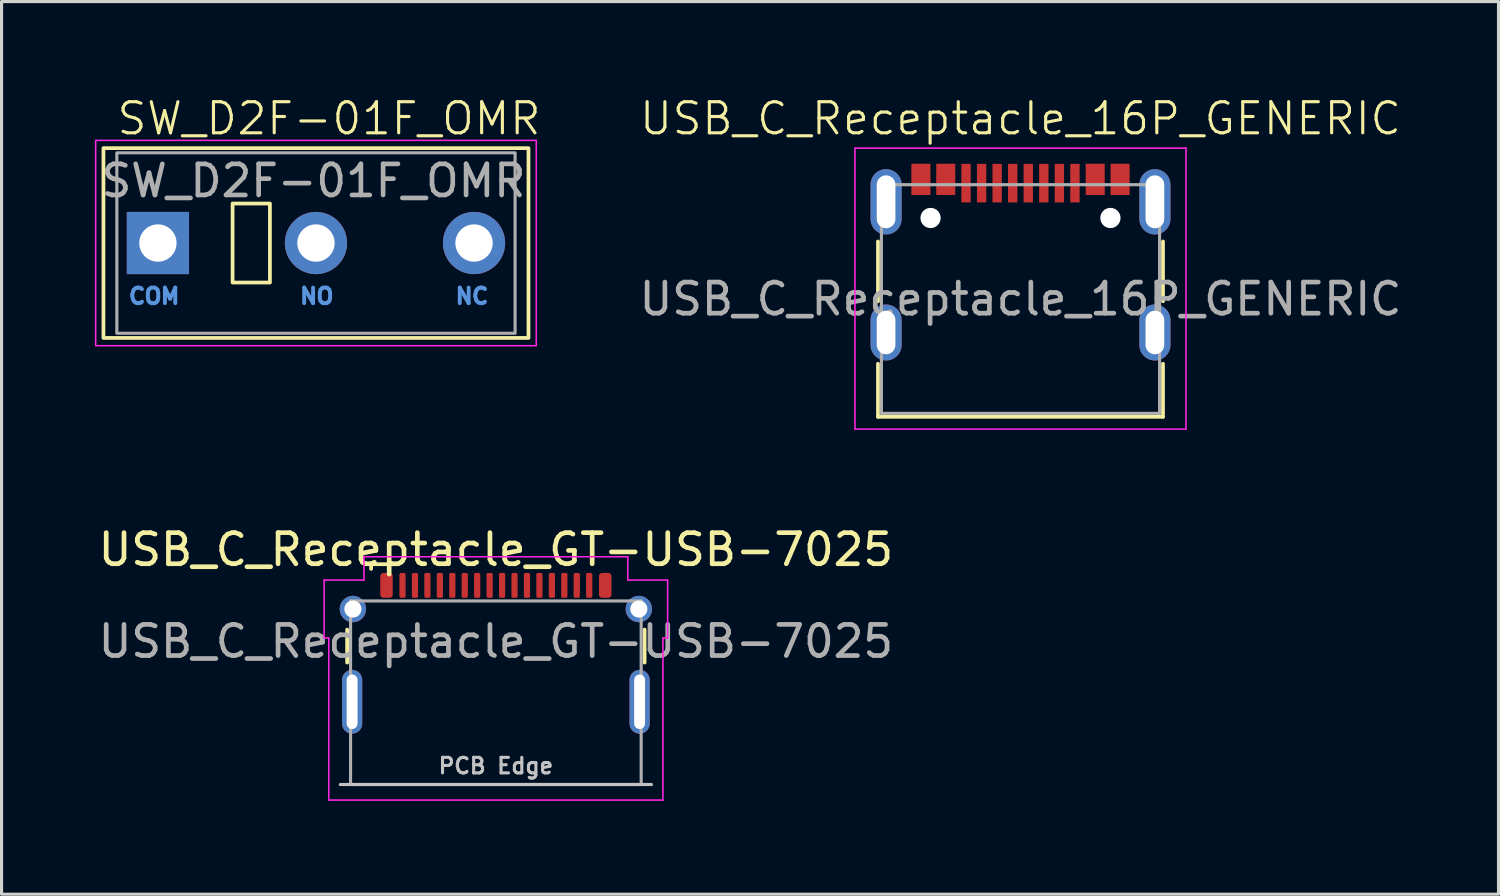
<source format=kicad_pcb>
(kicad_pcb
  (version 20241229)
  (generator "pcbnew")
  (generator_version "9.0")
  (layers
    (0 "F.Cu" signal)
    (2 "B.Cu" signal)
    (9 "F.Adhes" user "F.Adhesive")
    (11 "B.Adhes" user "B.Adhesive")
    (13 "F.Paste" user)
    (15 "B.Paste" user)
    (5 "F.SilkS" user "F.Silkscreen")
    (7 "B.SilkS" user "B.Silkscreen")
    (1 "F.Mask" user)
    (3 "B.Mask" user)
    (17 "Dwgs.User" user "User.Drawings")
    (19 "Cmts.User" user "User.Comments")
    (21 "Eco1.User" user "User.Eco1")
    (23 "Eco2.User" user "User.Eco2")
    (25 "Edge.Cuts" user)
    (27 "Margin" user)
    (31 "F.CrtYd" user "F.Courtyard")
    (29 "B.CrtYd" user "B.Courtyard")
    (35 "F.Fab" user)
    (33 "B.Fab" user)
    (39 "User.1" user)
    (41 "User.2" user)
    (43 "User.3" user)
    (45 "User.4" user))
  (footprint "SW_D2F-01F_OMR"
    (layer "F.Cu")
    (at 2.025 4.761)
    (property "Reference" "SW_D2F-01F_OMR" (at 5.5 -4 0) (unlocked yes) (layer "F.SilkS") (effects (font (size 1 1) (thickness 0.1))))
    (attr through_hole)
    (fp_rect (start -1.75 -3.05) (end 11.91 3.05) (stroke (width 0.12) (type default)) (fill no) (layer "F.SilkS"))
    (fp_rect (start 2.4 -1.27) (end 3.6 1.27) (stroke (width 0.12) (type solid)) (fill no) (layer "F.SilkS"))
    (fp_rect (start -2 -3.3) (end 12.16 3.3) (stroke (width 0.05) (type default)) (fill no) (layer "F.CrtYd"))
    (fp_rect (start -1.32 -2.9) (end 11.48 2.9) (stroke (width 0.1) (type default)) (fill no) (layer "F.Fab"))
    (fp_text user "COM" (at -1 2 0) (unlocked yes) (layer "Cmts.User") (effects (font (size 0.5 0.5) (thickness 0.125)) (justify left bottom)))
    (fp_text user "NC" (at 9.5 2 0) (unlocked yes) (layer "Cmts.User") (effects (font (size 0.5 0.5) (thickness 0.125)) (justify left bottom)))
    (fp_text user "NO" (at 4.5 2 0) (unlocked yes) (layer "Cmts.User") (effects (font (size 0.5 0.5) (thickness 0.125)) (justify left bottom)))
    (fp_text user "${REFERENCE}" (at 5 -2 0) (unlocked yes) (layer "F.Fab") (effects (font (size 1 1) (thickness 0.15))))
    (pad "1" thru_hole rect (at 0 0) (size 2 2) (drill 1.2) (layers "*.Cu" "*.Mask"))
    (pad "2" thru_hole circle (at 5.08 0) (size 2 2) (drill 1.2) (layers "*.Cu" "*.Mask"))
    (pad "3" thru_hole circle (at 10.16 0) (size 2 2) (drill 1.2) (layers "*.Cu" "*.Mask")))
  (footprint "USB_C_Receptacle_16P_GENERIC"
    (layer "F.Cu")
    (at 29.748 6.561)
    (property "Reference" "USB_C_Receptacle_16P_GENERIC" (at 0 -5.8 0) (unlocked yes) (layer "F.SilkS") (effects (font (size 1 1) (thickness 0.1))))
    (attr smd)
    (fp_line (start -4.58 -1.85) (end -4.58 0.07) (stroke (width 0.12) (type solid)) (layer "F.SilkS"))
    (fp_line (start -4.58 3.785) (end -4.58 2.08) (stroke (width 0.12) (type solid)) (layer "F.SilkS"))
    (fp_line (start 4.58 0.07) (end 4.58 -1.85) (stroke (width 0.12) (type solid)) (layer "F.SilkS"))
    (fp_line (start 4.58 2.08) (end 4.58 3.785) (stroke (width 0.12) (type solid)) (layer "F.SilkS"))
    (fp_line (start 4.58 3.785) (end -4.58 3.785) (stroke (width 0.12) (type solid)) (layer "F.SilkS"))
    (fp_line (start -5.32 -4.85) (end 5.32 -4.85) (stroke (width 0.05) (type solid)) (layer "F.CrtYd"))
    (fp_line (start -5.32 4.18) (end -5.32 -4.85) (stroke (width 0.05) (type solid)) (layer "F.CrtYd"))
    (fp_line (start 5.32 -4.85) (end 5.32 4.18) (stroke (width 0.05) (type solid)) (layer "F.CrtYd"))
    (fp_line (start 5.32 4.18) (end -5.32 4.18) (stroke (width 0.05) (type solid)) (layer "F.CrtYd"))
    (fp_line (start -4.47 -3.675) (end -4.47 3.675) (stroke (width 0.1) (type solid)) (layer "F.Fab"))
    (fp_line (start -4.47 -3.675) (end 4.47 -3.675) (stroke (width 0.1) (type solid)) (layer "F.Fab"))
    (fp_line (start -4.47 3.675) (end 4.47 3.675) (stroke (width 0.1) (type solid)) (layer "F.Fab"))
    (fp_line (start 4.47 3.675) (end 4.47 -3.675) (stroke (width 0.1) (type solid)) (layer "F.Fab"))
    (fp_text user "${REFERENCE}" (at 0 0 0) (layer "F.Fab") (effects (font (size 1 1) (thickness 0.15))))
    (pad "" np_thru_hole circle (at -2.89 -2.605) (size 0.65 0.65) (drill 0.65) (layers "*.Cu" "*.Mask"))
    (pad "" np_thru_hole circle (at 2.89 -2.605) (size 0.65 0.65) (drill 0.65) (layers "*.Cu" "*.Mask"))
    (pad "A1" smd rect (at -3.2 -3.845) (size 0.6 1) (layers "F.Cu" "F.Mask" "F.Paste"))
    (pad "A4" smd rect (at -2.4 -3.845) (size 0.6 1) (layers "F.Cu" "F.Mask" "F.Paste"))
    (pad "A5" smd rect (at -1.25 -3.725) (size 0.3 1.24) (layers "F.Cu" "F.Mask" "F.Paste"))
    (pad "A6" smd rect (at -0.25 -3.725) (size 0.3 1.24) (layers "F.Cu" "F.Mask" "F.Paste"))
    (pad "A7" smd rect (at 0.25 -3.725) (size 0.3 1.24) (layers "F.Cu" "F.Mask" "F.Paste"))
    (pad "A8" smd rect (at 1.25 -3.725) (size 0.3 1.24) (layers "F.Cu" "F.Mask" "F.Paste"))
    (pad "A9" smd rect (at 2.4 -3.845) (size 0.6 1) (layers "F.Cu" "F.Mask" "F.Paste"))
    (pad "A12" smd rect (at 3.2 -3.845) (size 0.6 1) (layers "F.Cu" "F.Mask" "F.Paste"))
    (pad "B1" smd rect (at 3.2 -3.845) (size 0.6 1) (layers "F.Cu" "F.Mask" "F.Paste"))
    (pad "B4" smd rect (at 2.4 -3.845) (size 0.6 1) (layers "F.Cu" "F.Mask" "F.Paste"))
    (pad "B5" smd rect (at 1.75 -3.725) (size 0.3 1.24) (layers "F.Cu" "F.Mask" "F.Paste"))
    (pad "B6" smd rect (at 0.75 -3.725) (size 0.3 1.24) (layers "F.Cu" "F.Mask" "F.Paste"))
    (pad "B7" smd rect (at -0.75 -3.725) (size 0.3 1.24) (layers "F.Cu" "F.Mask" "F.Paste"))
    (pad "B8" smd rect (at -1.75 -3.725) (size 0.3 1.24) (layers "F.Cu" "F.Mask" "F.Paste"))
    (pad "B9" smd rect (at -2.4 -3.845) (size 0.6 1) (layers "F.Cu" "F.Mask" "F.Paste"))
    (pad "B12" smd rect (at -3.2 -3.845) (size 0.6 1) (layers "F.Cu" "F.Mask" "F.Paste"))
    (pad "S1" thru_hole oval (at -4.32 -3.125) (size 1 2.1) (drill oval 0.6 1.7) (property pad_prop_heatsink) (layers "*.Cu" "*.Mask"))
    (pad "S1" thru_hole oval (at -4.32 1.075) (size 1 1.8) (drill oval 0.6 1.4) (property pad_prop_heatsink) (layers "*.Cu" "*.Mask"))
    (pad "S1" thru_hole oval (at 4.32 -3.125) (size 1 2.1) (drill oval 0.6 1.7) (property pad_prop_heatsink) (layers "*.Cu" "*.Mask"))
    (pad "S1" thru_hole oval (at 4.32 1.075) (size 1 1.8) (drill oval 0.6 1.4) (property pad_prop_heatsink) (layers "*.Cu" "*.Mask")))
  (footprint "USB_C_Receptacle_GT-USB-7025"
    (layer "F.Cu")
    (at 12.887 19.214)
    (property "Reference" "USB_C_Receptacle_GT-USB-7025" (at 0 -4.6 0) (layer "F.SilkS") (effects (font (size 1 1) (thickness 0.15))))
    (attr smd)
    (fp_line (start -4.78 -2.03) (end -4.78 -0.97) (stroke (width 0.12) (type solid)) (layer "F.SilkS"))
    (fp_line (start -4.01 -4.13) (end -4.01 -3.98) (stroke (width 0.12) (type default)) (layer "F.SilkS"))
    (fp_line (start -3.21 -4.13) (end -4.01 -4.13) (stroke (width 0.12) (type default)) (layer "F.SilkS"))
    (fp_line (start 4.78 -0.97) (end 4.78 -2.03) (stroke (width 0.12) (type solid)) (layer "F.SilkS"))
    (fp_line (start -5 2.95) (end 5 2.95) (stroke (width 0.1) (type default)) (layer "Dwgs.User"))
    (fp_line (start -5.52 -1.76) (end -5.52 -3.62) (stroke (width 0.05) (type solid)) (layer "F.CrtYd"))
    (fp_line (start -5.37 -1.76) (end -5.52 -1.76) (stroke (width 0.05) (type default)) (layer "F.CrtYd"))
    (fp_line (start -5.37 3.45) (end -5.37 -1.76) (stroke (width 0.05) (type default)) (layer "F.CrtYd"))
    (fp_line (start -4.24 -4.37) (end -4.24 -3.62) (stroke (width 0.05) (type default)) (layer "F.CrtYd"))
    (fp_line (start -4.24 -4.37) (end 4.24 -4.37) (stroke (width 0.05) (type solid)) (layer "F.CrtYd"))
    (fp_line (start -4.24 -3.62) (end -5.52 -3.62) (stroke (width 0.05) (type default)) (layer "F.CrtYd"))
    (fp_line (start 4.24 -4.37) (end 4.24 -3.62) (stroke (width 0.05) (type default)) (layer "F.CrtYd"))
    (fp_line (start 4.24 -3.62) (end 5.52 -3.62) (stroke (width 0.05) (type default)) (layer "F.CrtYd"))
    (fp_line (start 5.37 -1.76) (end 5.37 3.45) (stroke (width 0.05) (type default)) (layer "F.CrtYd"))
    (fp_line (start 5.37 3.45) (end -5.37 3.45) (stroke (width 0.05) (type solid)) (layer "F.CrtYd"))
    (fp_line (start 5.52 -3.62) (end 5.52 -1.76) (stroke (width 0.05) (type solid)) (layer "F.CrtYd"))
    (fp_line (start 5.52 -1.76) (end 5.37 -1.76) (stroke (width 0.05) (type default)) (layer "F.CrtYd"))
    (fp_line (start -4.67 -2.95) (end -4.67 2.95) (stroke (width 0.1) (type solid)) (layer "F.Fab"))
    (fp_line (start -4.67 -2.95) (end 4.67 -2.95) (stroke (width 0.1) (type solid)) (layer "F.Fab"))
    (fp_line (start -4.67 2.95) (end 4.67 2.95) (stroke (width 0.1) (type solid)) (layer "F.Fab"))
    (fp_line (start 4.67 2.95) (end 4.67 -2.95) (stroke (width 0.1) (type solid)) (layer "F.Fab"))
    (fp_text user "PCB Edge" (at 0 2.35 0) (unlocked yes) (layer "Dwgs.User") (effects (font (size 0.5 0.5) (thickness 0.1) (bold yes))))
    (fp_text user "${REFERENCE}" (at 0 -1.65 0) (layer "F.Fab") (effects (font (size 1 1) (thickness 0.15))))
    (pad "A1" smd roundrect (at -3 -3.45) (size 0.2 0.8) (layers "F.Cu" "F.Mask" "F.Paste") (roundrect_rratio 0.25))
    (pad "A4" smd roundrect (at -2.2 -3.45) (size 0.2 0.8) (layers "F.Cu" "F.Mask" "F.Paste") (roundrect_rratio 0.25))
    (pad "A5" smd roundrect (at -1.4 -3.45) (size 0.2 0.8) (layers "F.Cu" "F.Mask" "F.Paste") (roundrect_rratio 0.25))
    (pad "A6" smd roundrect (at -0.6 -3.45) (size 0.2 0.8) (layers "F.Cu" "F.Mask" "F.Paste") (roundrect_rratio 0.25))
    (pad "A7" smd roundrect (at -0.2 -3.45) (size 0.2 0.8) (layers "F.Cu" "F.Mask" "F.Paste") (roundrect_rratio 0.25))
    (pad "A8" smd roundrect (at 0.2 -3.45) (size 0.2 0.8) (layers "F.Cu" "F.Mask" "F.Paste") (roundrect_rratio 0.25))
    (pad "A9" smd roundrect (at 1.8 -3.45) (size 0.2 0.8) (layers "F.Cu" "F.Mask" "F.Paste") (roundrect_rratio 0.25))
    (pad "A12" smd roundrect (at 2.6 -3.45) (size 0.2 0.8) (layers "F.Cu" "F.Mask" "F.Paste") (roundrect_rratio 0.25))
    (pad "B1" smd roundrect (at 3 -3.45) (size 0.2 0.8) (layers "F.Cu" "F.Mask" "F.Paste") (roundrect_rratio 0.25))
    (pad "B4" smd roundrect (at 2.2 -3.45) (size 0.2 0.8) (layers "F.Cu" "F.Mask" "F.Paste") (roundrect_rratio 0.25))
    (pad "B5" smd roundrect (at 1.4 -3.45) (size 0.2 0.8) (layers "F.Cu" "F.Mask" "F.Paste") (roundrect_rratio 0.25))
    (pad "B6" smd roundrect (at 1 -3.45) (size 0.2 0.8) (layers "F.Cu" "F.Mask" "F.Paste") (roundrect_rratio 0.25))
    (pad "B7" smd roundrect (at 0.6 -3.45) (size 0.2 0.8) (layers "F.Cu" "F.Mask" "F.Paste") (roundrect_rratio 0.25))
    (pad "B8" smd roundrect (at -1 -3.45) (size 0.2 0.8) (layers "F.Cu" "F.Mask" "F.Paste") (roundrect_rratio 0.25))
    (pad "B9" smd roundrect (at -1.8 -3.45) (size 0.2 0.8) (layers "F.Cu" "F.Mask" "F.Paste") (roundrect_rratio 0.25))
    (pad "B12" smd roundrect (at -2.6 -3.45) (size 0.2 0.8) (layers "F.Cu" "F.Mask" "F.Paste") (roundrect_rratio 0.25))
    (pad "GND" smd roundrect (at -3.515 -3.45) (size 0.4 0.8) (layers "F.Cu" "F.Mask" "F.Paste") (roundrect_rratio 0.25))
    (pad "GND" smd roundrect (at 3.515 -3.45) (size 0.4 0.8) (layers "F.Cu" "F.Mask" "F.Paste") (roundrect_rratio 0.25))
    (pad "S1" thru_hole oval (at -4.62 0.29) (size 0.65 2.05) (drill oval 0.35 1.75) (property pad_prop_heatsink) (layers "*.Cu" "*.Mask"))
    (pad "S1" thru_hole circle (at -4.595 -2.69) (size 0.85 0.85) (drill 0.55) (property pad_prop_heatsink) (layers "*.Cu" "*.Mask"))
    (pad "S1" thru_hole circle (at 4.595 -2.69) (size 0.85 0.85) (drill 0.55) (property pad_prop_heatsink) (layers "*.Cu" "*.Mask"))
    (pad "S1" thru_hole oval (at 4.62 0.29) (size 0.65 2.05) (drill oval 0.35 1.75) (property pad_prop_heatsink) (layers "*.Cu" "*.Mask")))
  (gr_rect
    (start -3 -3)
    (end 45.111 25.689)
    (stroke (width 0.1) (type default))
    (fill no)
    (layer "Edge.Cuts")))
</source>
